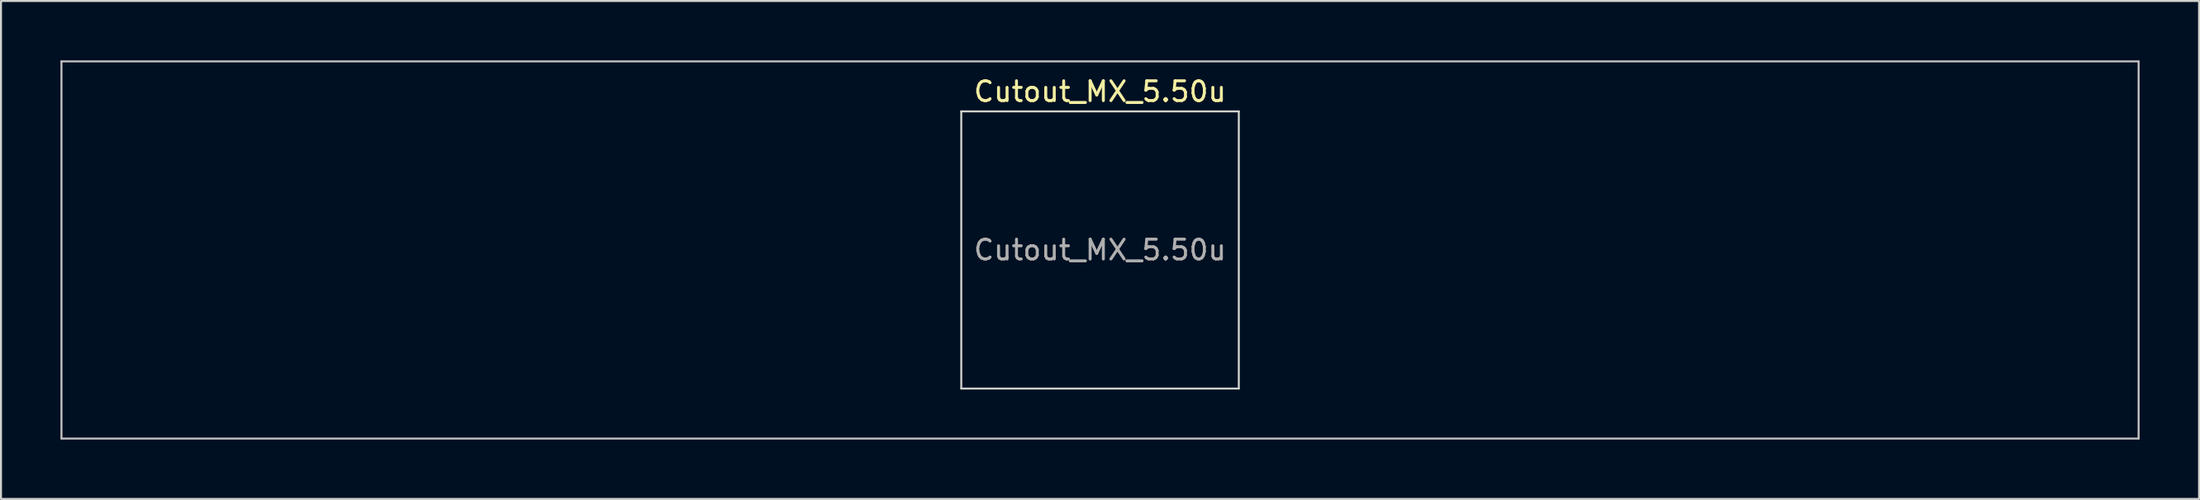
<source format=kicad_pcb>
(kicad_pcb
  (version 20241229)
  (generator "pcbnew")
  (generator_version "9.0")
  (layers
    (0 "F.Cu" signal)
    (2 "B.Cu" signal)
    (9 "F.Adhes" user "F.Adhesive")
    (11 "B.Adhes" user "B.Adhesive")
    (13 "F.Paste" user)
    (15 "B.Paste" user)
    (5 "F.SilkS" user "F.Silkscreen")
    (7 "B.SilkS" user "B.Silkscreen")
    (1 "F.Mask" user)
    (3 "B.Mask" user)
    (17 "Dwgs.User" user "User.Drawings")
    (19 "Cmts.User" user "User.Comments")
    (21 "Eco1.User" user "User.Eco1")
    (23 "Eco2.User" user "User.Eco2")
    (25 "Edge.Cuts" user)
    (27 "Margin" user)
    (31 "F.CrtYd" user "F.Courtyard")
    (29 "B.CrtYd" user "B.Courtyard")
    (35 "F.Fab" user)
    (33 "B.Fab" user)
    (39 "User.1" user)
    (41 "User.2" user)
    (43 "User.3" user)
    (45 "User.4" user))
  (footprint "Cutout_MX_5.50u"
    (layer "F.Cu")
    (at 52.438 9.575)
    (property "Reference" "Cutout_MX_5.50u" (at 0 -8 0) (layer "F.SilkS") (effects (font (size 1 1) (thickness 0.15))))
    (attr through_hole)
    (fp_line (start -52.388 -9.525) (end -52.388 9.525) (stroke (width 0.1) (type solid)) (layer "Dwgs.User"))
    (fp_line (start -52.388 9.525) (end 52.388 9.525) (stroke (width 0.1) (type solid)) (layer "Dwgs.User"))
    (fp_line (start 52.388 -9.525) (end -52.388 -9.525) (stroke (width 0.1) (type solid)) (layer "Dwgs.User"))
    (fp_line (start 52.388 9.525) (end 52.388 -9.525) (stroke (width 0.1) (type solid)) (layer "Dwgs.User"))
    (fp_line (start -7 -7) (end -7 7) (stroke (width 0.1) (type solid)) (layer "Edge.Cuts"))
    (fp_line (start -7 7) (end 7 7) (stroke (width 0.1) (type solid)) (layer "Edge.Cuts"))
    (fp_line (start 7 -7) (end -7 -7) (stroke (width 0.1) (type solid)) (layer "Edge.Cuts"))
    (fp_line (start 7 7) (end 7 -7) (stroke (width 0.1) (type solid)) (layer "Edge.Cuts"))
    (fp_text user "${REFERENCE}" (at 0 0 0) (layer "F.Fab") (effects (font (size 1 1) (thickness 0.15)))))
  (gr_rect
    (start -3 -3)
    (end 107.875 22.15)
    (stroke (width 0.1) (type default))
    (fill no)
    (layer "Edge.Cuts")))
</source>
